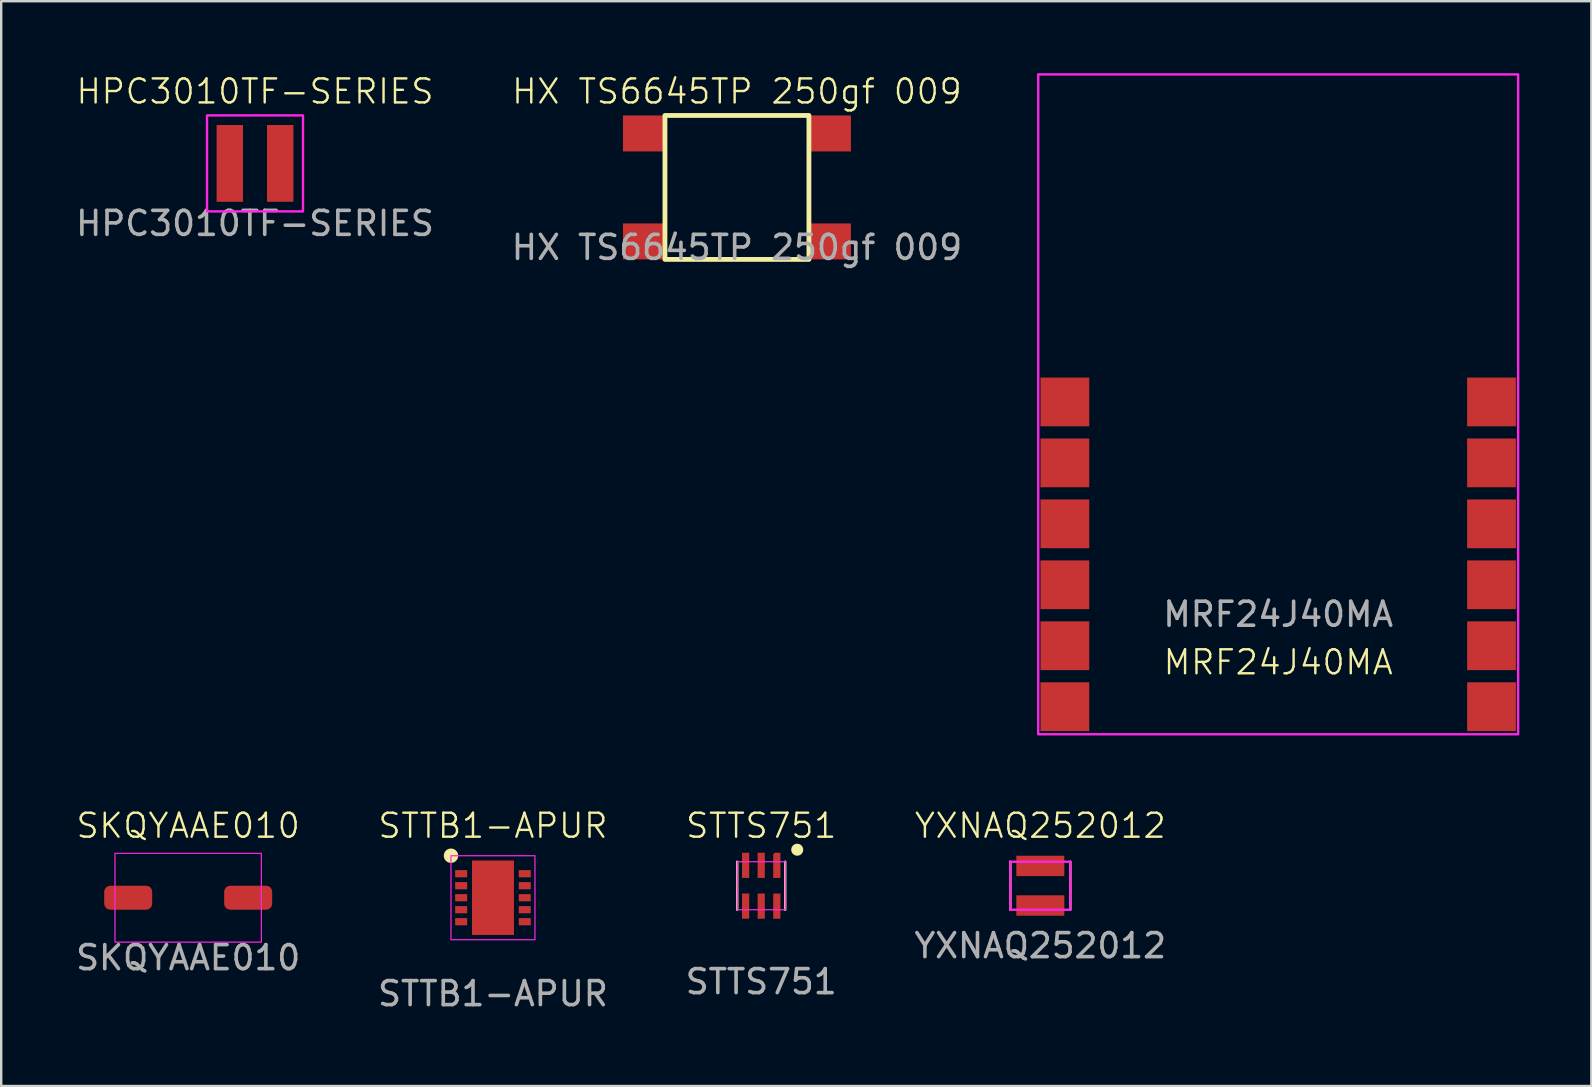
<source format=kicad_pcb>
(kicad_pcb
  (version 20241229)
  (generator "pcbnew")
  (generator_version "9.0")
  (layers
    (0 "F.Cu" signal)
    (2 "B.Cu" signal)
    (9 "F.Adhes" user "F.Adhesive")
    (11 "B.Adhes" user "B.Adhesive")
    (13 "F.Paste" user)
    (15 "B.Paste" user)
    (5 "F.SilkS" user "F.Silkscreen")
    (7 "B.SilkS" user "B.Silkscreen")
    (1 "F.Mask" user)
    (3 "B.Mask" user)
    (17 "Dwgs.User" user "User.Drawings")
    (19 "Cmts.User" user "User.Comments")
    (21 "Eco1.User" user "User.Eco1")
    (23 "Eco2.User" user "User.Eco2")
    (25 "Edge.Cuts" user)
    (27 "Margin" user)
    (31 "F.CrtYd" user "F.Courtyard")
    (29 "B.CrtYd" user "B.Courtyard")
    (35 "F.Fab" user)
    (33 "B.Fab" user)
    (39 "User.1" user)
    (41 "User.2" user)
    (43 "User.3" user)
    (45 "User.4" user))
  (footprint "STTS751"
    (layer "F.Cu")
    (at 28.673 33.861)
    (property "Reference" "STTS751" (at 0 -2.5 0) (unlocked yes) (layer "F.SilkS") (effects (font (size 1 1) (thickness 0.1))))
    (attr smd)
    (fp_line (start -1 1) (end -1 -1) (stroke (width 0.1) (type default)) (layer "F.SilkS"))
    (fp_line (start 1 -1) (end 1 1) (stroke (width 0.1) (type default)) (layer "F.SilkS"))
    (fp_circle (center 1.5 -1.5) (end 1.7 -1.5) (stroke (width 0.1) (type solid)) (fill yes) (layer "F.SilkS"))
    (fp_rect (start -1 -1) (end 1 1) (stroke (width 0.05) (type default)) (fill no) (layer "F.CrtYd"))
    (fp_text user "${REFERENCE}" (at 0 4 0) (unlocked yes) (layer "F.Fab") (effects (font (size 1 1) (thickness 0.15))))
    (pad "1" smd roundrect (at 0.65 -0.85) (size 0.3 1.05) (property pad_prop_bga) (layers "F.Cu" "F.Mask" "F.Paste") (roundrect_rratio 0) (chamfer_ratio 0.2) (chamfer top_left))
    (pad "2" smd rect (at 0 -0.85) (size 0.3 1.05) (property pad_prop_bga) (layers "F.Cu" "F.Mask" "F.Paste"))
    (pad "3" smd rect (at -0.65 -0.85) (size 0.3 1.05) (property pad_prop_bga) (layers "F.Cu" "F.Mask" "F.Paste"))
    (pad "4" smd rect (at 0.65 0.85) (size 0.3 1.05) (property pad_prop_bga) (layers "F.Cu" "F.Mask" "F.Paste"))
    (pad "5" smd rect (at 0 0.85) (size 0.3 1.05) (property pad_prop_bga) (layers "F.Cu" "F.Mask" "F.Paste"))
    (pad "6" smd rect (at -0.65 0.85) (size 0.3 1.05) (property pad_prop_bga) (layers "F.Cu" "F.Mask" "F.Paste"))
    (zone (net_name "") (layer "F.Cu") (hatch edge 0.5) (connect_pads) (min_thickness 0.25) (filled_areas_thickness no) (keepout (tracks allowed) (vias not_allowed) (pads allowed) (copperpour allowed) (footprints allowed)) (placement (enabled no)) (fill) (polygon (pts (xy 27.673 32.861) (xy 29.673 32.861) (xy 29.673 34.861) (xy 27.673 34.861)))))
  (footprint "HPC3010TF-SERIES"
    (layer "F.Cu")
    (at 7.577 3.76)
    (property "Reference" "HPC3010TF-SERIES" (at 0 -3 0) (unlocked yes) (layer "F.SilkS") (effects (font (size 1 1) (thickness 0.1))))
    (attr smd)
    (fp_rect (start -2 -2) (end 2 2) (stroke (width 0.1) (type default)) (fill no) (layer "F.CrtYd"))
    (fp_text user "${REFERENCE}" (at 0 2.5 0) (unlocked yes) (layer "F.Fab") (effects (font (size 1 1) (thickness 0.15))))
    (pad "1" smd rect (at -1.05 0) (size 1.1 3.2) (layers "F.Cu" "F.Mask" "F.Paste"))
    (pad "2" smd rect (at 1.05 0) (size 1.1 3.2) (layers "F.Cu" "F.Mask" "F.Paste")))
  (footprint "YXNAQ252012"
    (layer "F.Cu")
    (at 40.304 33.861)
    (property "Reference" "YXNAQ252012" (at 0 -2.5 0) (unlocked yes) (layer "F.SilkS") (effects (font (size 1 1) (thickness 0.1))))
    (attr smd)
    (fp_line (start -1.25 1) (end -1.25 -1) (stroke (width 0.1) (type default)) (layer "F.SilkS"))
    (fp_line (start 1.25 -1) (end 1.25 1) (stroke (width 0.1) (type default)) (layer "F.SilkS"))
    (fp_rect (start -1.25 -1) (end 1.25 1) (stroke (width 0.1) (type default)) (fill no) (layer "F.CrtYd"))
    (fp_text user "${REFERENCE}" (at 0 2.5 0) (unlocked yes) (layer "F.Fab") (effects (font (size 1 1) (thickness 0.15))))
    (pad "1" smd rect (at 0 -0.825) (size 2 0.85) (layers "F.Cu" "F.Mask" "F.Paste"))
    (pad "2" smd rect (at 0 0.825) (size 2 0.85) (layers "F.Cu" "F.Mask" "F.Paste")))
  (footprint "HX TS6645TP 250gf 009"
    (layer "F.Cu")
    (at 27.661 4.761)
    (property "Reference" "HX TS6645TP 250gf 009" (at 0 -4 0) (unlocked yes) (layer "F.SilkS") (effects (font (size 1 1) (thickness 0.1))))
    (attr smd)
    (fp_rect (start -3 -3) (end 3 3) (stroke (width 0.2) (type solid)) (fill no) (layer "F.SilkS"))
    (fp_text user "${REFERENCE}" (at 0 2.5 0) (unlocked yes) (layer "F.Fab") (effects (font (size 1 1) (thickness 0.15))))
    (pad "1" smd rect (at -3.875 -2.25) (size 1.75 1.5) (layers "F.Cu" "F.Mask" "F.Paste"))
    (pad "2" smd rect (at 3.875 -2.25) (size 1.75 1.5) (layers "F.Cu" "F.Mask" "F.Paste"))
    (pad "3" smd rect (at -3.875 2.25) (size 1.75 1.5) (layers "F.Cu" "F.Mask" "F.Paste"))
    (pad "4" smd rect (at 3.875 2.25) (size 1.75 1.5) (layers "F.Cu" "F.Mask" "F.Paste")))
  (footprint "MRF24J40MA"
    (layer "F.Cu")
    (at 50.217 20.05)
    (property "Reference" "MRF24J40MA" (at 0 4.5 0) (unlocked yes) (layer "F.SilkS") (effects (font (size 1 1) (thickness 0.1))))
    (fp_rect (start -10 -20) (end 10 7.5) (stroke (width 0.1) (type default)) (fill no) (layer "F.CrtYd"))
    (fp_text user "${REFERENCE}" (at 0 2.5 0) (unlocked yes) (layer "F.Fab") (effects (font (size 1 1) (thickness 0.15))))
    (pad "1" smd rect (at -8.89 -6.35) (size 2.032 2.032) (layers "F.Cu" "F.Mask" "F.Paste"))
    (pad "2" smd rect (at -8.89 -3.81) (size 2.032 2.032) (layers "F.Cu" "F.Mask" "F.Paste"))
    (pad "3" smd rect (at -8.89 -1.27) (size 2.032 2.032) (layers "F.Cu" "F.Mask" "F.Paste"))
    (pad "4" smd rect (at -8.89 1.27) (size 2.032 2.032) (layers "F.Cu" "F.Mask" "F.Paste"))
    (pad "5" smd rect (at -8.89 3.81) (size 2.032 2.032) (layers "F.Cu" "F.Mask" "F.Paste"))
    (pad "6" smd rect (at -8.89 6.35) (size 2.032 2.032) (layers "F.Cu" "F.Mask" "F.Paste"))
    (pad "7" smd rect (at 8.89 6.35) (size 2.032 2.032) (layers "F.Cu" "F.Mask" "F.Paste"))
    (pad "8" smd rect (at 8.89 3.81) (size 2.032 2.032) (layers "F.Cu" "F.Mask" "F.Paste"))
    (pad "9" smd rect (at 8.89 1.27) (size 2.032 2.032) (layers "F.Cu" "F.Mask" "F.Paste"))
    (pad "10" smd rect (at 8.89 -1.27) (size 2.032 2.032) (layers "F.Cu" "F.Mask" "F.Paste"))
    (pad "11" smd rect (at 8.89 -3.81) (size 2.032 2.032) (layers "F.Cu" "F.Mask" "F.Paste"))
    (pad "12" smd rect (at 8.89 -6.35) (size 2.032 2.032) (layers "F.Cu" "F.Mask" "F.Paste"))
    (zone (net_name "") (layers "F.Cu" "B.Cu") (hatch edge 0.5) (connect_pads) (min_thickness 0.25) (filled_areas_thickness no) (keepout (tracks not_allowed) (vias not_allowed) (pads not_allowed) (copperpour not_allowed) (footprints not_allowed)) (placement (enabled no)) (fill) (polygon (pts (xy 42.343 12.684) (xy 41.327 12.684) (xy 41.327 0.111) (xy 59.107 0.111) (xy 59.107 12.684) (xy 58.091 12.684) (xy 58.091 27.416) (xy 42.343 27.416)))))
  (footprint "SKQYAAE010"
    (layer "F.Cu")
    (at 4.792 34.361)
    (property "Reference" "SKQYAAE010" (at 0 -3 0) (unlocked yes) (layer "F.SilkS") (effects (font (size 1 1) (thickness 0.1))))
    (attr smd)
    (fp_rect (start -3.05 -1.85) (end 3.05 1.85) (stroke (width 0.05) (type default)) (fill no) (layer "F.CrtYd"))
    (fp_text user "${REFERENCE}" (at 0 2.5 0) (unlocked yes) (layer "F.Fab") (effects (font (size 1 1) (thickness 0.15))))
    (pad "1" smd roundrect (at -2.5 0) (size 2 1) (layers "F.Cu" "F.Mask" "F.Paste") (roundrect_rratio 0.25))
    (pad "2" smd roundrect (at 2.5 0) (size 2 1) (layers "F.Cu" "F.Mask" "F.Paste") (roundrect_rratio 0.25)))
  (footprint "STTB1-APUR"
    (layer "F.Cu")
    (at 17.494 34.361)
    (property "Reference" "STTB1-APUR" (at 0 -3 0) (unlocked yes) (layer "F.SilkS") (effects (font (size 1 1) (thickness 0.1))))
    (attr smd)
    (fp_circle (center -1.75 -1.75) (end -1.75 -1.5) (stroke (width 0.1) (type solid)) (fill yes) (layer "F.SilkS"))
    (fp_rect (start -1.75 1.75) (end 1.75 -1.75) (stroke (width 0.05) (type default)) (fill no) (layer "F.CrtYd"))
    (fp_text user "${REFERENCE}" (at 0 4 0) (unlocked yes) (layer "F.Fab") (effects (font (size 1 1) (thickness 0.15))))
    (pad "1" smd rect (at -1.325 -1 270) (size 0.3 0.5) (layers "F.Cu" "F.Mask" "F.Paste"))
    (pad "2" smd rect (at -1.325 -0.5 270) (size 0.3 0.5) (layers "F.Cu" "F.Mask" "F.Paste"))
    (pad "3" smd rect (at -1.325 0 270) (size 0.3 0.5) (layers "F.Cu" "F.Mask" "F.Paste"))
    (pad "4" smd rect (at -1.325 0.5 270) (size 0.3 0.5) (layers "F.Cu" "F.Mask" "F.Paste"))
    (pad "5" smd rect (at -1.325 1 270) (size 0.3 0.5) (layers "F.Cu" "F.Mask" "F.Paste"))
    (pad "6" smd rect (at 1.325 1 270) (size 0.3 0.5) (layers "F.Cu" "F.Mask" "F.Paste"))
    (pad "7" smd rect (at 1.325 0.5 270) (size 0.3 0.5) (layers "F.Cu" "F.Mask" "F.Paste"))
    (pad "8" smd rect (at 1.325 0 270) (size 0.3 0.5) (layers "F.Cu" "F.Mask" "F.Paste"))
    (pad "9" smd rect (at 1.325 -0.5 270) (size 0.3 0.5) (layers "F.Cu" "F.Mask" "F.Paste"))
    (pad "10" smd rect (at 1.325 -1 270) (size 0.3 0.5) (layers "F.Cu" "F.Mask" "F.Paste"))
    (pad "11" smd rect (at 0 0 270) (size 3.1 1.75) (layers "F.Cu" "F.Mask" "F.Paste")))
  (gr_rect
    (start -3 -3)
    (end 63.267 42.209)
    (stroke (width 0.1) (type default))
    (fill no)
    (layer "Edge.Cuts")))
</source>
